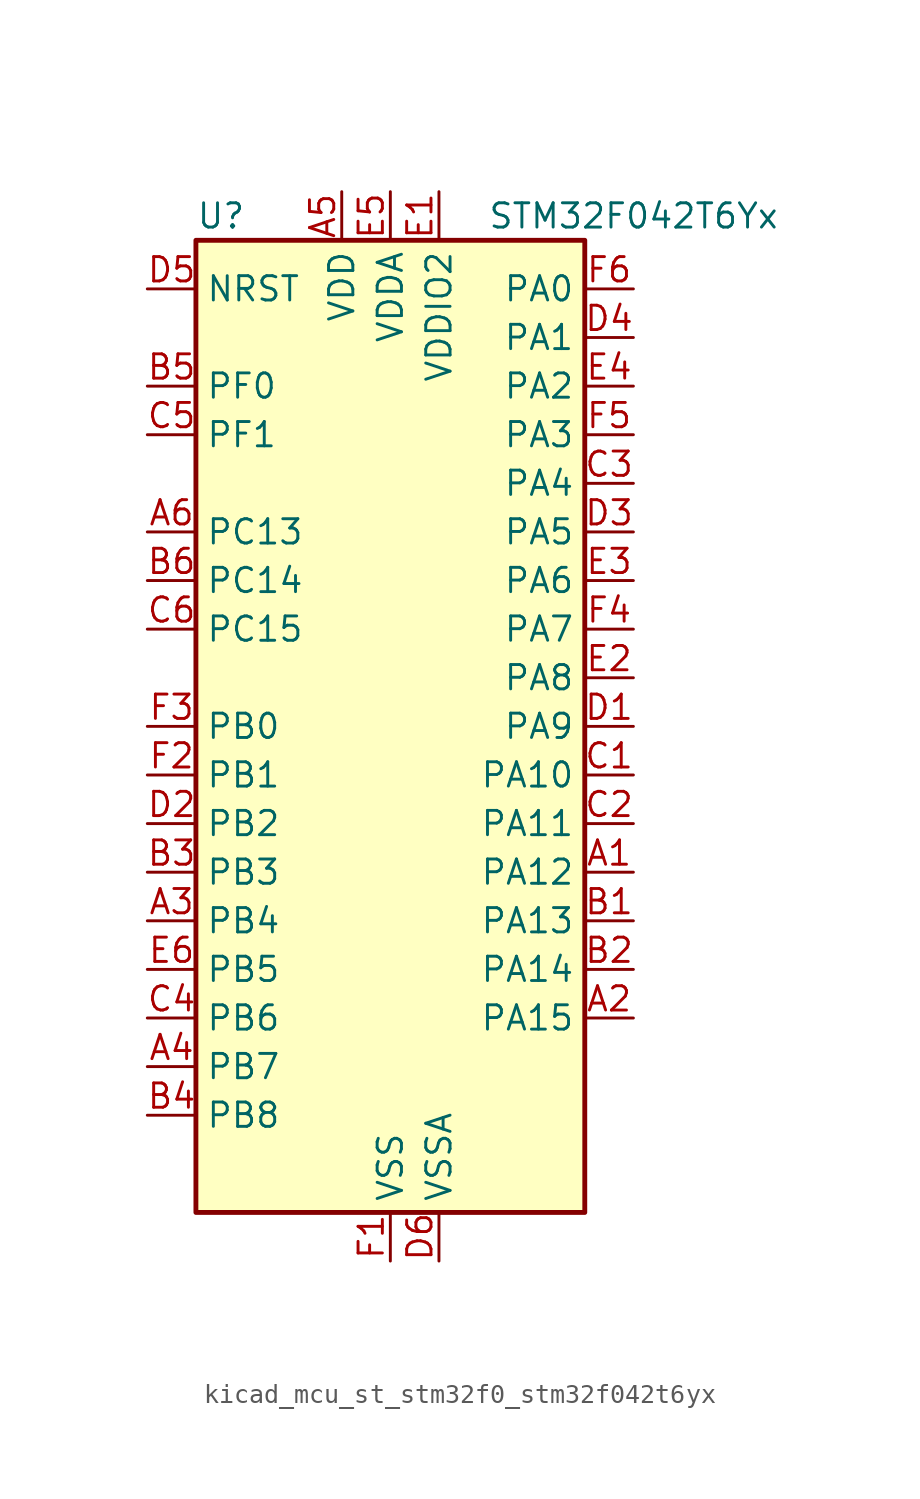
<source format=kicad_sym>
(kicad_symbol_lib
  (version 20220914)
  (generator kicad_symbol_editor)
  (symbol "kicad_mcu_st_stm32f0_stm32f042t6yx"
    (property "Reference" "U"
      (at -10.16 26.67 0)
      (effects (font (size 1.27 1.27)) (justify left)))
    (property "Value" "STM32F042T6Yx"
      (at 5.08 26.67 0)
      (effects (font (size 1.27 1.27)) (justify left)))
    (property "ki_locked" ""
      (at 0 0 0)
      (effects (font (size 1.27 1.27))))
    (symbol "kicad_mcu_st_stm32f0_stm32f042t6yx_0_1"
      (rectangle (start -10.16 -25.4) (end 10.16 25.4) (stroke (width 0.254) (type default)) (fill (type background))))
    (symbol "kicad_mcu_st_stm32f0_stm32f042t6yx_1_1"
      (pin bidirectional line (at 12.7 -7.62 180) (length 2.54) (name "PA12" (effects (font (size 1.27 1.27)))) (number "A1" (effects (font (size 1.27 1.27)))) (alternate "CAN_TX" bidirectional line) (alternate "I2C1_SDA" bidirectional line) (alternate "TIM1_ETR" bidirectional line) (alternate "TSC_G4_IO4" bidirectional line) (alternate "USART1_DE" bidirectional line) (alternate "USART1_RTS" bidirectional line) (alternate "USB_DP" bidirectional line))
      (pin bidirectional line (at 12.7 -15.24 180) (length 2.54) (name "PA15" (effects (font (size 1.27 1.27)))) (number "A2" (effects (font (size 1.27 1.27)))) (alternate "I2S1_WS" bidirectional line) (alternate "SPI1_NSS" bidirectional line) (alternate "TIM2_CH1" bidirectional line) (alternate "TIM2_ETR" bidirectional line) (alternate "USART2_RX" bidirectional line) (alternate "USB_NOE" bidirectional line))
      (pin bidirectional line (at -12.7 -10.16 0) (length 2.54) (name "PB4" (effects (font (size 1.27 1.27)))) (number "A3" (effects (font (size 1.27 1.27)))) (alternate "I2S1_MCK" bidirectional line) (alternate "SPI1_MISO" bidirectional line) (alternate "TIM17_BKIN" bidirectional line) (alternate "TIM3_CH1" bidirectional line) (alternate "TSC_G5_IO2" bidirectional line))
      (pin bidirectional line (at -12.7 -17.78 0) (length 2.54) (name "PB7" (effects (font (size 1.27 1.27)))) (number "A4" (effects (font (size 1.27 1.27)))) (alternate "I2C1_SDA" bidirectional line) (alternate "TIM17_CH1N" bidirectional line) (alternate "TSC_G5_IO4" bidirectional line) (alternate "USART1_RX" bidirectional line))
      (pin power_in line (at -2.54 27.94 270) (length 2.54) (name "VDD" (effects (font (size 1.27 1.27)))) (number "A5" (effects (font (size 1.27 1.27)))))
      (pin bidirectional line (at -12.7 10.16 0) (length 2.54) (name "PC13" (effects (font (size 1.27 1.27)))) (number "A6" (effects (font (size 1.27 1.27)))) (alternate "RTC_OUT_ALARM" bidirectional line) (alternate "RTC_OUT_CALIB" bidirectional line) (alternate "RTC_TAMP1" bidirectional line) (alternate "RTC_TS" bidirectional line) (alternate "SYS_WKUP2" bidirectional line))
      (pin bidirectional line (at 12.7 -10.16 180) (length 2.54) (name "PA13" (effects (font (size 1.27 1.27)))) (number "B1" (effects (font (size 1.27 1.27)))) (alternate "IR_OUT" bidirectional line) (alternate "SYS_SWDIO" bidirectional line) (alternate "USB_NOE" bidirectional line))
      (pin bidirectional line (at 12.7 -12.7 180) (length 2.54) (name "PA14" (effects (font (size 1.27 1.27)))) (number "B2" (effects (font (size 1.27 1.27)))) (alternate "SYS_SWCLK" bidirectional line) (alternate "USART2_TX" bidirectional line))
      (pin bidirectional line (at -12.7 -7.62 0) (length 2.54) (name "PB3" (effects (font (size 1.27 1.27)))) (number "B3" (effects (font (size 1.27 1.27)))) (alternate "I2S1_CK" bidirectional line) (alternate "SPI1_SCK" bidirectional line) (alternate "TIM2_CH2" bidirectional line) (alternate "TSC_G5_IO1" bidirectional line))
      (pin bidirectional line (at -12.7 -20.32 0) (length 2.54) (name "PB8" (effects (font (size 1.27 1.27)))) (number "B4" (effects (font (size 1.27 1.27)))) (alternate "CAN_RX" bidirectional line) (alternate "CEC" bidirectional line) (alternate "I2C1_SCL" bidirectional line) (alternate "TIM16_CH1" bidirectional line) (alternate "TSC_SYNC" bidirectional line))
      (pin bidirectional line (at -12.7 17.78 0) (length 2.54) (name "PF0" (effects (font (size 1.27 1.27)))) (number "B5" (effects (font (size 1.27 1.27)))) (alternate "CRS_SYNC" bidirectional line) (alternate "I2C1_SDA" bidirectional line) (alternate "RCC_OSC_IN" bidirectional line))
      (pin bidirectional line (at -12.7 7.62 0) (length 2.54) (name "PC14" (effects (font (size 1.27 1.27)))) (number "B6" (effects (font (size 1.27 1.27)))) (alternate "RCC_OSC32_IN" bidirectional line))
      (pin bidirectional line (at 12.7 -2.54 180) (length 2.54) (name "PA10" (effects (font (size 1.27 1.27)))) (number "C1" (effects (font (size 1.27 1.27)))) (alternate "I2C1_SDA" bidirectional line) (alternate "TIM17_BKIN" bidirectional line) (alternate "TIM1_CH3" bidirectional line) (alternate "TSC_G4_IO2" bidirectional line) (alternate "USART1_RX" bidirectional line))
      (pin bidirectional line (at 12.7 -5.08 180) (length 2.54) (name "PA11" (effects (font (size 1.27 1.27)))) (number "C2" (effects (font (size 1.27 1.27)))) (alternate "CAN_RX" bidirectional line) (alternate "I2C1_SCL" bidirectional line) (alternate "TIM1_CH4" bidirectional line) (alternate "TSC_G4_IO3" bidirectional line) (alternate "USART1_CTS" bidirectional line) (alternate "USB_DM" bidirectional line))
      (pin bidirectional line (at 12.7 12.7 180) (length 2.54) (name "PA4" (effects (font (size 1.27 1.27)))) (number "C3" (effects (font (size 1.27 1.27)))) (alternate "ADC_IN4" bidirectional line) (alternate "I2S1_WS" bidirectional line) (alternate "SPI1_NSS" bidirectional line) (alternate "TIM14_CH1" bidirectional line) (alternate "TSC_G2_IO1" bidirectional line) (alternate "USART2_CK" bidirectional line) (alternate "USB_NOE" bidirectional line))
      (pin bidirectional line (at -12.7 -15.24 0) (length 2.54) (name "PB6" (effects (font (size 1.27 1.27)))) (number "C4" (effects (font (size 1.27 1.27)))) (alternate "I2C1_SCL" bidirectional line) (alternate "TIM16_CH1N" bidirectional line) (alternate "TSC_G5_IO3" bidirectional line) (alternate "USART1_TX" bidirectional line))
      (pin bidirectional line (at -12.7 15.24 0) (length 2.54) (name "PF1" (effects (font (size 1.27 1.27)))) (number "C5" (effects (font (size 1.27 1.27)))) (alternate "I2C1_SCL" bidirectional line) (alternate "RCC_OSC_OUT" bidirectional line))
      (pin bidirectional line (at -12.7 5.08 0) (length 2.54) (name "PC15" (effects (font (size 1.27 1.27)))) (number "C6" (effects (font (size 1.27 1.27)))) (alternate "RCC_OSC32_OUT" bidirectional line))
      (pin bidirectional line (at 12.7 0 180) (length 2.54) (name "PA9" (effects (font (size 1.27 1.27)))) (number "D1" (effects (font (size 1.27 1.27)))) (alternate "I2C1_SCL" bidirectional line) (alternate "TIM1_CH2" bidirectional line) (alternate "TSC_G4_IO1" bidirectional line) (alternate "USART1_TX" bidirectional line))
      (pin bidirectional line (at -12.7 -5.08 0) (length 2.54) (name "PB2" (effects (font (size 1.27 1.27)))) (number "D2" (effects (font (size 1.27 1.27)))) (alternate "TSC_G3_IO4" bidirectional line))
      (pin bidirectional line (at 12.7 10.16 180) (length 2.54) (name "PA5" (effects (font (size 1.27 1.27)))) (number "D3" (effects (font (size 1.27 1.27)))) (alternate "ADC_IN5" bidirectional line) (alternate "CEC" bidirectional line) (alternate "I2S1_CK" bidirectional line) (alternate "SPI1_SCK" bidirectional line) (alternate "TIM2_CH1" bidirectional line) (alternate "TIM2_ETR" bidirectional line) (alternate "TSC_G2_IO2" bidirectional line))
      (pin bidirectional line (at 12.7 20.32 180) (length 2.54) (name "PA1" (effects (font (size 1.27 1.27)))) (number "D4" (effects (font (size 1.27 1.27)))) (alternate "ADC_IN1" bidirectional line) (alternate "TIM2_CH2" bidirectional line) (alternate "TSC_G1_IO2" bidirectional line) (alternate "USART2_DE" bidirectional line) (alternate "USART2_RTS" bidirectional line))
      (pin input line (at -12.7 22.86 0) (length 2.54) (name "NRST" (effects (font (size 1.27 1.27)))) (number "D5" (effects (font (size 1.27 1.27)))))
      (pin power_in line (at 2.54 -27.94 90) (length 2.54) (name "VSSA" (effects (font (size 1.27 1.27)))) (number "D6" (effects (font (size 1.27 1.27)))))
      (pin power_in line (at 2.54 27.94 270) (length 2.54) (name "VDDIO2" (effects (font (size 1.27 1.27)))) (number "E1" (effects (font (size 1.27 1.27)))))
      (pin bidirectional line (at 12.7 2.54 180) (length 2.54) (name "PA8" (effects (font (size 1.27 1.27)))) (number "E2" (effects (font (size 1.27 1.27)))) (alternate "CRS_SYNC" bidirectional line) (alternate "RCC_MCO" bidirectional line) (alternate "TIM1_CH1" bidirectional line) (alternate "USART1_CK" bidirectional line))
      (pin bidirectional line (at 12.7 7.62 180) (length 2.54) (name "PA6" (effects (font (size 1.27 1.27)))) (number "E3" (effects (font (size 1.27 1.27)))) (alternate "ADC_IN6" bidirectional line) (alternate "I2S1_MCK" bidirectional line) (alternate "SPI1_MISO" bidirectional line) (alternate "TIM16_CH1" bidirectional line) (alternate "TIM1_BKIN" bidirectional line) (alternate "TIM3_CH1" bidirectional line) (alternate "TSC_G2_IO3" bidirectional line))
      (pin bidirectional line (at 12.7 17.78 180) (length 2.54) (name "PA2" (effects (font (size 1.27 1.27)))) (number "E4" (effects (font (size 1.27 1.27)))) (alternate "ADC_IN2" bidirectional line) (alternate "SYS_WKUP4" bidirectional line) (alternate "TIM2_CH3" bidirectional line) (alternate "TSC_G1_IO3" bidirectional line) (alternate "USART2_TX" bidirectional line))
      (pin power_in line (at 0 27.94 270) (length 2.54) (name "VDDA" (effects (font (size 1.27 1.27)))) (number "E5" (effects (font (size 1.27 1.27)))))
      (pin bidirectional line (at -12.7 -12.7 0) (length 2.54) (name "PB5" (effects (font (size 1.27 1.27)))) (number "E6" (effects (font (size 1.27 1.27)))) (alternate "I2C1_SMBA" bidirectional line) (alternate "I2S1_SD" bidirectional line) (alternate "SPI1_MOSI" bidirectional line) (alternate "SYS_WKUP6" bidirectional line) (alternate "TIM16_BKIN" bidirectional line) (alternate "TIM3_CH2" bidirectional line))
      (pin power_in line (at 0 -27.94 90) (length 2.54) (name "VSS" (effects (font (size 1.27 1.27)))) (number "F1" (effects (font (size 1.27 1.27)))))
      (pin bidirectional line (at -12.7 -2.54 0) (length 2.54) (name "PB1" (effects (font (size 1.27 1.27)))) (number "F2" (effects (font (size 1.27 1.27)))) (alternate "ADC_IN9" bidirectional line) (alternate "TIM14_CH1" bidirectional line) (alternate "TIM1_CH3N" bidirectional line) (alternate "TIM3_CH4" bidirectional line) (alternate "TSC_G3_IO3" bidirectional line))
      (pin bidirectional line (at -12.7 0 0) (length 2.54) (name "PB0" (effects (font (size 1.27 1.27)))) (number "F3" (effects (font (size 1.27 1.27)))) (alternate "ADC_IN8" bidirectional line) (alternate "TIM1_CH2N" bidirectional line) (alternate "TIM3_CH3" bidirectional line) (alternate "TSC_G3_IO2" bidirectional line))
      (pin bidirectional line (at 12.7 5.08 180) (length 2.54) (name "PA7" (effects (font (size 1.27 1.27)))) (number "F4" (effects (font (size 1.27 1.27)))) (alternate "ADC_IN7" bidirectional line) (alternate "I2S1_SD" bidirectional line) (alternate "SPI1_MOSI" bidirectional line) (alternate "TIM14_CH1" bidirectional line) (alternate "TIM17_CH1" bidirectional line) (alternate "TIM1_CH1N" bidirectional line) (alternate "TIM3_CH2" bidirectional line) (alternate "TSC_G2_IO4" bidirectional line))
      (pin bidirectional line (at 12.7 15.24 180) (length 2.54) (name "PA3" (effects (font (size 1.27 1.27)))) (number "F5" (effects (font (size 1.27 1.27)))) (alternate "ADC_IN3" bidirectional line) (alternate "TIM2_CH4" bidirectional line) (alternate "TSC_G1_IO4" bidirectional line) (alternate "USART2_RX" bidirectional line))
      (pin bidirectional line (at 12.7 22.86 180) (length 2.54) (name "PA0" (effects (font (size 1.27 1.27)))) (number "F6" (effects (font (size 1.27 1.27)))) (alternate "ADC_IN0" bidirectional line) (alternate "RTC_TAMP2" bidirectional line) (alternate "SYS_WKUP1" bidirectional line) (alternate "TIM2_CH1" bidirectional line) (alternate "TIM2_ETR" bidirectional line) (alternate "TSC_G1_IO1" bidirectional line) (alternate "USART2_CTS" bidirectional line)))))
</source>
